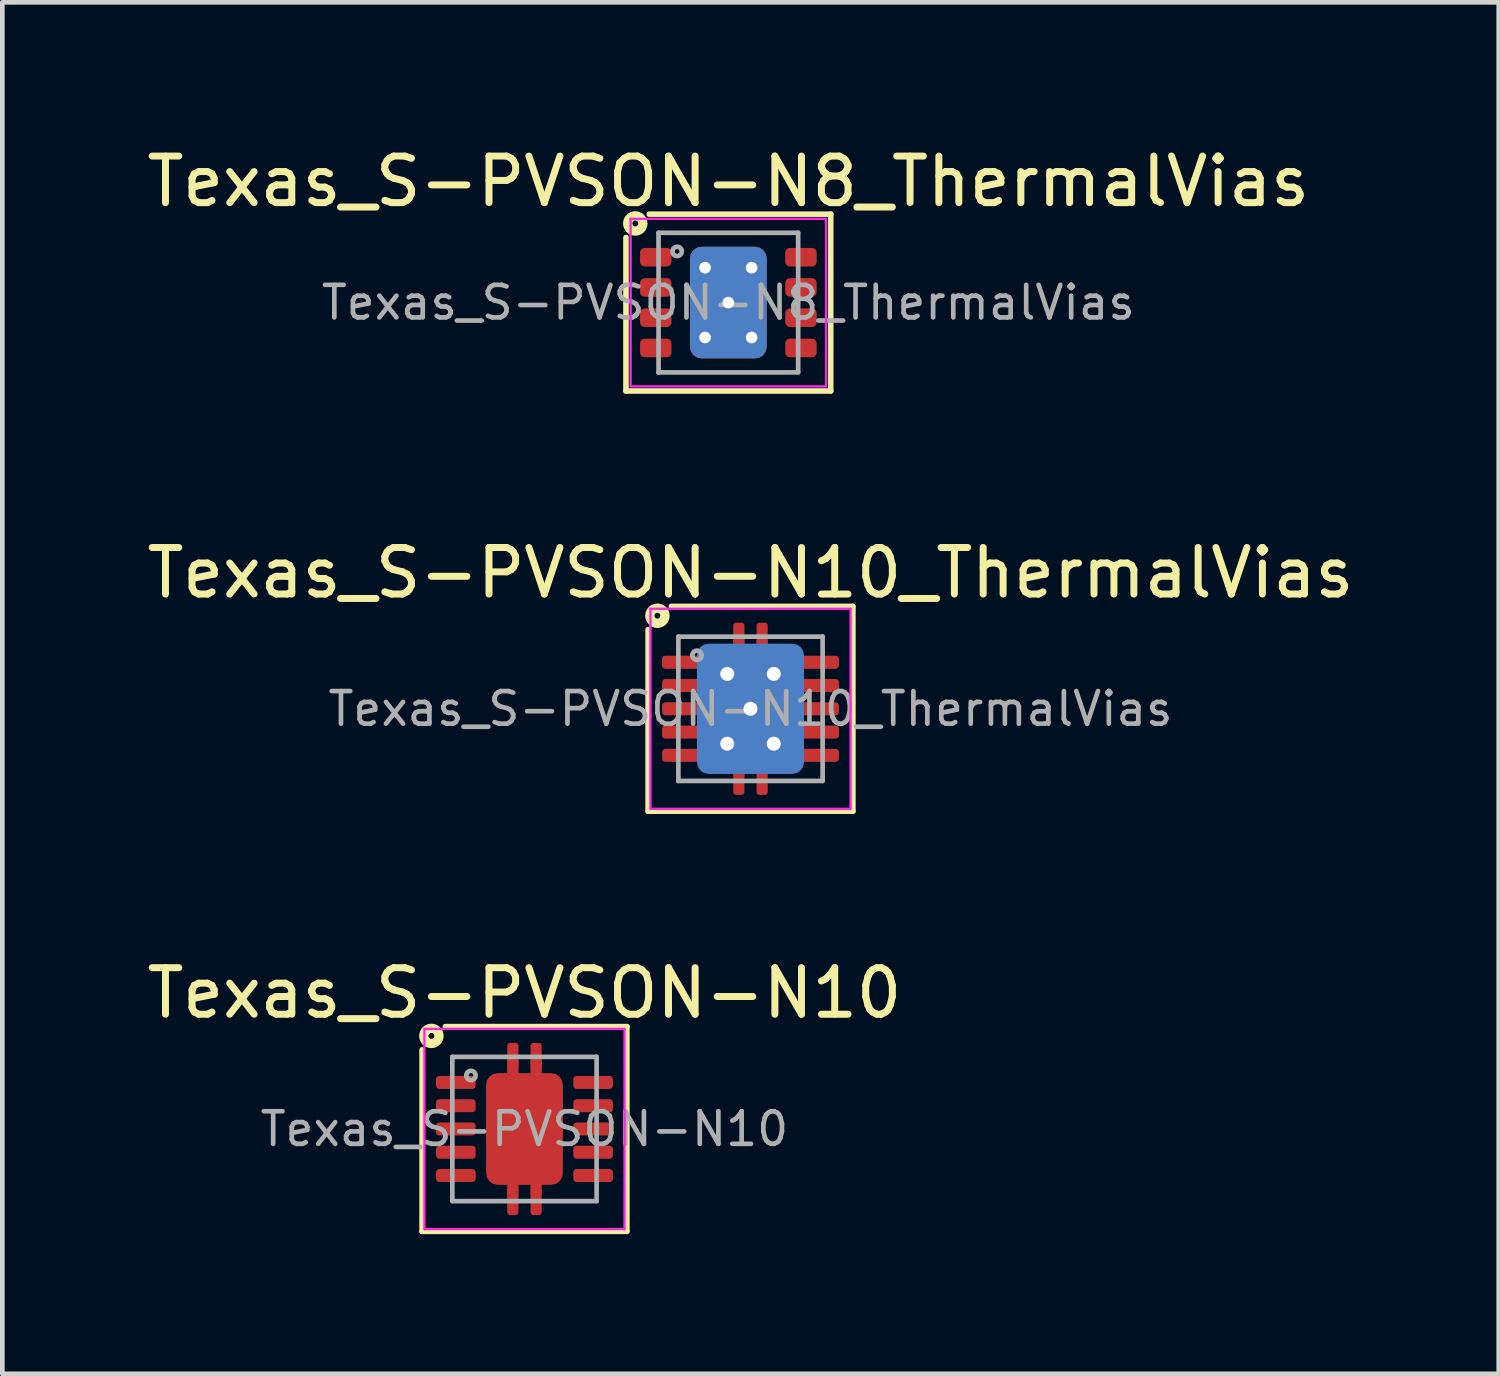
<source format=kicad_pcb>
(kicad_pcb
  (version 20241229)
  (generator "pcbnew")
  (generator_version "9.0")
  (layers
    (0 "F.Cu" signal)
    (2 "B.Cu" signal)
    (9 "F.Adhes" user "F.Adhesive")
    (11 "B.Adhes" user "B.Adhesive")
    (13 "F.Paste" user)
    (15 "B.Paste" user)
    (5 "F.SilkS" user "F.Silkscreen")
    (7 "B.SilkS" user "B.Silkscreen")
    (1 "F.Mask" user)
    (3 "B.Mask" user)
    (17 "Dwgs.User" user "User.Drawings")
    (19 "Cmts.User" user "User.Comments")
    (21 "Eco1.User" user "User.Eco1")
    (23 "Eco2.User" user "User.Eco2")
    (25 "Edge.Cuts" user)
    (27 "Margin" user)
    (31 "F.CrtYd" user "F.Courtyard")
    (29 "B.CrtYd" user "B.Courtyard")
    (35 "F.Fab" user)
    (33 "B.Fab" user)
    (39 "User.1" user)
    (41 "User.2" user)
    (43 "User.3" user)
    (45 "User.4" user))
  (footprint "Texas_S-PVSON-N8_ThermalVias"
    (layer "F.Cu")
    (at 12.601 3.452)
    (property "Reference" "Texas_S-PVSON-N8_ThermalVias" (at 0 -2.603 0) (layer "F.SilkS") (effects (font (size 1 1) (thickness 0.15))))
    (attr smd)
    (fp_line (start -2.2 1.9) (end -2.2 -1.397) (stroke (width 0.12) (type solid)) (layer "F.SilkS"))
    (fp_line (start -1.7 -1.9) (end 2.2 -1.9) (stroke (width 0.12) (type solid)) (layer "F.SilkS"))
    (fp_line (start 2.2 -1.9) (end 2.2 1.9) (stroke (width 0.12) (type solid)) (layer "F.SilkS"))
    (fp_line (start 2.2 1.9) (end -2.2 1.9) (stroke (width 0.12) (type solid)) (layer "F.SilkS"))
    (fp_circle (center -2 -1.7) (end -1.937 -1.7) (stroke (width 0.2) (type solid)) (fill no) (layer "F.SilkS"))
    (fp_line (start -2.1 -1.8) (end -2.1 1.8) (stroke (width 0.05) (type solid)) (layer "F.CrtYd"))
    (fp_line (start -2.1 -1.8) (end 2.1 -1.8) (stroke (width 0.05) (type solid)) (layer "F.CrtYd"))
    (fp_line (start -2.1 1.8) (end 2.1 1.8) (stroke (width 0.05) (type solid)) (layer "F.CrtYd"))
    (fp_line (start 2.1 -1.8) (end 2.1 1.8) (stroke (width 0.05) (type solid)) (layer "F.CrtYd"))
    (fp_line (start -1.5 -1.5) (end 1.5 -1.5) (stroke (width 0.1) (type solid)) (layer "F.Fab"))
    (fp_line (start -1.5 1.5) (end -1.5 -1.5) (stroke (width 0.1) (type solid)) (layer "F.Fab"))
    (fp_line (start 1.5 -1.5) (end 1.5 1.5) (stroke (width 0.1) (type solid)) (layer "F.Fab"))
    (fp_line (start 1.5 1.5) (end -1.5 1.5) (stroke (width 0.1) (type solid)) (layer "F.Fab"))
    (fp_circle (center -1.1 -1.1) (end -1 -1.1) (stroke (width 0.1) (type solid)) (fill no) (layer "F.Fab"))
    (fp_text user "${REFERENCE}" (at 0 0 0) (layer "F.Fab") (effects (font (size 0.7 0.7) (thickness 0.1))))
    (pad "1" smd roundrect (at -1.56 -0.975) (size 0.675 0.4) (layers "F.Cu" "F.Mask" "F.Paste") (roundrect_rratio 0.25))
    (pad "2" smd roundrect (at -1.56 -0.325) (size 0.675 0.4) (layers "F.Cu" "F.Mask" "F.Paste") (roundrect_rratio 0.25))
    (pad "3" smd roundrect (at -1.56 0.325) (size 0.675 0.4) (layers "F.Cu" "F.Mask" "F.Paste") (roundrect_rratio 0.25))
    (pad "4" smd roundrect (at -1.56 0.975) (size 0.675 0.4) (layers "F.Cu" "F.Mask" "F.Paste") (roundrect_rratio 0.25))
    (pad "5" smd roundrect (at 1.56 0.975) (size 0.675 0.4) (layers "F.Cu" "F.Mask" "F.Paste") (roundrect_rratio 0.25))
    (pad "6" smd roundrect (at 1.56 0.325) (size 0.675 0.4) (layers "F.Cu" "F.Mask" "F.Paste") (roundrect_rratio 0.25))
    (pad "7" smd roundrect (at 1.56 -0.325) (size 0.675 0.4) (layers "F.Cu" "F.Mask" "F.Paste") (roundrect_rratio 0.25))
    (pad "8" smd roundrect (at 1.56 -0.975) (size 0.675 0.4) (layers "F.Cu" "F.Mask" "F.Paste") (roundrect_rratio 0.25))
    (pad "9" thru_hole circle (at -0.5 -0.75) (size 0.6 0.6) (drill 0.25) (property pad_prop_heatsink) (layers "*.Cu"))
    (pad "9" thru_hole circle (at -0.5 0.75) (size 0.6 0.6) (drill 0.25) (property pad_prop_heatsink) (layers "*.Cu"))
    (pad "9" smd roundrect (at -0.45 -0.625) (size 0.65 1) (layers "F.Cu" "F.Mask" "F.Paste") (roundrect_rratio 0.25))
    (pad "9" smd roundrect (at -0.45 0.625) (size 0.65 1) (layers "F.Cu" "F.Mask" "F.Paste") (roundrect_rratio 0.25))
    (pad "9" thru_hole circle (at 0 0) (size 0.6 0.6) (drill 0.25) (property pad_prop_heatsink) (layers "*.Cu"))
    (pad "9" smd roundrect (at 0 0) (size 1.65 2.4) (layers "F.Cu" "F.Mask") (roundrect_rratio 0.152))
    (pad "9" smd roundrect (at 0 0) (size 1.65 2.4) (layers "B.Cu" "B.Mask") (roundrect_rratio 0.152))
    (pad "9" smd roundrect (at 0.45 -0.625) (size 0.65 1) (layers "F.Cu" "F.Mask" "F.Paste") (roundrect_rratio 0.25))
    (pad "9" smd roundrect (at 0.45 0.625) (size 0.65 1) (layers "F.Cu" "F.Mask" "F.Paste") (roundrect_rratio 0.25))
    (pad "9" thru_hole circle (at 0.5 -0.75) (size 0.6 0.6) (drill 0.25) (property pad_prop_heatsink) (layers "*.Cu"))
    (pad "9" thru_hole circle (at 0.5 0.75) (size 0.6 0.6) (drill 0.25) (property pad_prop_heatsink) (layers "*.Cu")))
  (footprint "Texas_S-PVSON-N10"
    (layer "F.Cu")
    (at 8.22 21.21)
    (property "Reference" "Texas_S-PVSON-N10" (at 0 -2.921 0) (layer "F.SilkS") (effects (font (size 1 1) (thickness 0.15))))
    (attr smd)
    (fp_line (start -2.2 2.2) (end -2.2 -1.7) (stroke (width 0.12) (type solid)) (layer "F.SilkS"))
    (fp_line (start -1.7 -2.2) (end 2.2 -2.2) (stroke (width 0.12) (type solid)) (layer "F.SilkS"))
    (fp_line (start 2.2 -2.2) (end 2.2 2.2) (stroke (width 0.12) (type solid)) (layer "F.SilkS"))
    (fp_line (start 2.2 2.2) (end -2.2 2.2) (stroke (width 0.12) (type solid)) (layer "F.SilkS"))
    (fp_circle (center -2 -2) (end -1.937 -2) (stroke (width 0.2) (type solid)) (fill no) (layer "F.SilkS"))
    (fp_line (start -2.15 -2.15) (end -2.15 2.15) (stroke (width 0.05) (type solid)) (layer "F.CrtYd"))
    (fp_line (start -2.15 -2.15) (end 2.15 -2.15) (stroke (width 0.05) (type solid)) (layer "F.CrtYd"))
    (fp_line (start -2.15 2.15) (end 2.15 2.15) (stroke (width 0.05) (type solid)) (layer "F.CrtYd"))
    (fp_line (start 2.15 -2.15) (end 2.15 2.15) (stroke (width 0.05) (type solid)) (layer "F.CrtYd"))
    (fp_line (start -1.55 -1.55) (end 1.55 -1.55) (stroke (width 0.1) (type solid)) (layer "F.Fab"))
    (fp_line (start -1.55 1.55) (end -1.55 -1.55) (stroke (width 0.1) (type solid)) (layer "F.Fab"))
    (fp_line (start 1.55 -1.55) (end 1.55 1.55) (stroke (width 0.1) (type solid)) (layer "F.Fab"))
    (fp_line (start 1.55 1.55) (end -1.55 1.55) (stroke (width 0.1) (type solid)) (layer "F.Fab"))
    (fp_circle (center -1.15 -1.15) (end -1.05 -1.15) (stroke (width 0.1) (type solid)) (fill no) (layer "F.Fab"))
    (fp_text user "${REFERENCE}" (at 0 0 0) (layer "F.Fab") (effects (font (size 0.7 0.7) (thickness 0.1))))
    (pad "" smd roundrect (at 0 -0.6) (size 1.5 1) (layers "F.Paste") (roundrect_rratio 0.1))
    (pad "" smd roundrect (at 0 0.6) (size 1.5 1) (layers "F.Paste") (roundrect_rratio 0.1))
    (pad "1" smd roundrect (at -1.475 -1) (size 0.85 0.28) (layers "F.Cu" "F.Mask" "F.Paste") (roundrect_rratio 0.25))
    (pad "2" smd roundrect (at -1.475 -0.5) (size 0.85 0.28) (layers "F.Cu" "F.Mask" "F.Paste") (roundrect_rratio 0.25))
    (pad "3" smd roundrect (at -1.475 0) (size 0.85 0.28) (layers "F.Cu" "F.Mask" "F.Paste") (roundrect_rratio 0.25))
    (pad "4" smd roundrect (at -1.475 0.5) (size 0.85 0.28) (layers "F.Cu" "F.Mask" "F.Paste") (roundrect_rratio 0.25))
    (pad "5" smd roundrect (at -1.475 1) (size 0.85 0.28) (layers "F.Cu" "F.Mask" "F.Paste") (roundrect_rratio 0.25))
    (pad "6" smd roundrect (at 1.475 1) (size 0.85 0.28) (layers "F.Cu" "F.Mask" "F.Paste") (roundrect_rratio 0.25))
    (pad "7" smd roundrect (at 1.475 0.5) (size 0.85 0.28) (layers "F.Cu" "F.Mask" "F.Paste") (roundrect_rratio 0.25))
    (pad "8" smd roundrect (at 1.475 0) (size 0.85 0.28) (layers "F.Cu" "F.Mask" "F.Paste") (roundrect_rratio 0.25))
    (pad "9" smd roundrect (at 1.475 -0.5) (size 0.85 0.28) (layers "F.Cu" "F.Mask" "F.Paste") (roundrect_rratio 0.25))
    (pad "10" smd roundrect (at 1.475 -1) (size 0.85 0.28) (layers "F.Cu" "F.Mask" "F.Paste") (roundrect_rratio 0.25))
    (pad "11" smd roundrect (at -0.25 -1.55 90) (size 0.6 0.24) (layers "F.Cu" "F.Mask" "F.Paste") (roundrect_rratio 0.25))
    (pad "11" smd rect (at -0.25 -1.24 90) (size 0.5 0.24) (layers "F.Cu" "F.Mask"))
    (pad "11" smd rect (at -0.25 1.18 90) (size 0.5 0.24) (layers "F.Cu" "F.Mask"))
    (pad "11" smd roundrect (at -0.25 1.55 90) (size 0.6 0.24) (layers "F.Cu" "F.Mask" "F.Paste") (roundrect_rratio 0.25))
    (pad "11" smd roundrect (at 0 0) (size 1.65 2.4) (layers "F.Cu" "F.Mask") (roundrect_rratio 0.152))
    (pad "11" smd roundrect (at 0.25 -1.55 90) (size 0.6 0.24) (layers "F.Cu" "F.Mask" "F.Paste") (roundrect_rratio 0.25))
    (pad "11" smd rect (at 0.25 -1.22 90) (size 0.5 0.24) (layers "F.Cu" "F.Mask"))
    (pad "11" smd rect (at 0.25 1.16 90) (size 0.5 0.24) (layers "F.Cu" "F.Mask"))
    (pad "11" smd roundrect (at 0.25 1.55 90) (size 0.6 0.24) (layers "F.Cu" "F.Mask" "F.Paste") (roundrect_rratio 0.25)))
  (footprint "Texas_S-PVSON-N10_ThermalVias"
    (layer "F.Cu")
    (at 13.077 12.181)
    (property "Reference" "Texas_S-PVSON-N10_ThermalVias" (at 0 -2.921 0) (layer "F.SilkS") (effects (font (size 1 1) (thickness 0.15))))
    (attr smd)
    (fp_line (start -2.2 2.2) (end -2.2 -1.7) (stroke (width 0.12) (type solid)) (layer "F.SilkS"))
    (fp_line (start -1.7 -2.2) (end 2.2 -2.2) (stroke (width 0.12) (type solid)) (layer "F.SilkS"))
    (fp_line (start 2.2 -2.2) (end 2.2 2.2) (stroke (width 0.12) (type solid)) (layer "F.SilkS"))
    (fp_line (start 2.2 2.2) (end -2.2 2.2) (stroke (width 0.12) (type solid)) (layer "F.SilkS"))
    (fp_circle (center -2 -2) (end -1.937 -2) (stroke (width 0.2) (type solid)) (fill no) (layer "F.SilkS"))
    (fp_line (start -2.15 -2.15) (end -2.15 2.15) (stroke (width 0.05) (type solid)) (layer "F.CrtYd"))
    (fp_line (start -2.15 -2.15) (end 2.15 -2.15) (stroke (width 0.05) (type solid)) (layer "F.CrtYd"))
    (fp_line (start -2.15 2.15) (end 2.15 2.15) (stroke (width 0.05) (type solid)) (layer "F.CrtYd"))
    (fp_line (start 2.15 -2.15) (end 2.15 2.15) (stroke (width 0.05) (type solid)) (layer "F.CrtYd"))
    (fp_line (start -1.55 -1.55) (end 1.55 -1.55) (stroke (width 0.1) (type solid)) (layer "F.Fab"))
    (fp_line (start -1.55 1.55) (end -1.55 -1.55) (stroke (width 0.1) (type solid)) (layer "F.Fab"))
    (fp_line (start 1.55 -1.55) (end 1.55 1.55) (stroke (width 0.1) (type solid)) (layer "F.Fab"))
    (fp_line (start 1.55 1.55) (end -1.55 1.55) (stroke (width 0.1) (type solid)) (layer "F.Fab"))
    (fp_circle (center -1.15 -1.15) (end -1.05 -1.15) (stroke (width 0.1) (type solid)) (fill no) (layer "F.Fab"))
    (fp_text user "${REFERENCE}" (at 0 0 0) (layer "F.Fab") (effects (font (size 0.7 0.7) (thickness 0.1))))
    (pad "" smd roundrect (at 0 -0.6) (size 1.5 1) (layers "F.Paste") (roundrect_rratio 0.1))
    (pad "" smd roundrect (at 0 0.6) (size 1.5 1) (layers "F.Paste") (roundrect_rratio 0.1))
    (pad "1" smd roundrect (at -1.475 -1) (size 0.85 0.28) (layers "F.Cu" "F.Mask" "F.Paste") (roundrect_rratio 0.25))
    (pad "2" smd roundrect (at -1.475 -0.5) (size 0.85 0.28) (layers "F.Cu" "F.Mask" "F.Paste") (roundrect_rratio 0.25))
    (pad "3" smd roundrect (at -1.475 0) (size 0.85 0.28) (layers "F.Cu" "F.Mask" "F.Paste") (roundrect_rratio 0.25))
    (pad "4" smd roundrect (at -1.475 0.5) (size 0.85 0.28) (layers "F.Cu" "F.Mask" "F.Paste") (roundrect_rratio 0.25))
    (pad "5" smd roundrect (at -1.475 1) (size 0.85 0.28) (layers "F.Cu" "F.Mask" "F.Paste") (roundrect_rratio 0.25))
    (pad "6" smd roundrect (at 1.475 1) (size 0.85 0.28) (layers "F.Cu" "F.Mask" "F.Paste") (roundrect_rratio 0.25))
    (pad "7" smd roundrect (at 1.475 0.5) (size 0.85 0.28) (layers "F.Cu" "F.Mask" "F.Paste") (roundrect_rratio 0.25))
    (pad "8" smd roundrect (at 1.475 0) (size 0.85 0.28) (layers "F.Cu" "F.Mask" "F.Paste") (roundrect_rratio 0.25))
    (pad "9" smd roundrect (at 1.475 -0.5) (size 0.85 0.28) (layers "F.Cu" "F.Mask" "F.Paste") (roundrect_rratio 0.25))
    (pad "10" smd roundrect (at 1.475 -1) (size 0.85 0.28) (layers "F.Cu" "F.Mask" "F.Paste") (roundrect_rratio 0.25))
    (pad "11" thru_hole circle (at -0.5 -0.75) (size 0.6 0.6) (drill 0.3) (property pad_prop_heatsink) (layers "*.Cu" "*.Mask"))
    (pad "11" thru_hole circle (at -0.5 0.75) (size 0.6 0.6) (drill 0.3) (property pad_prop_heatsink) (layers "*.Cu" "*.Mask"))
    (pad "11" smd roundrect (at -0.25 -1.55 90) (size 0.6 0.24) (layers "F.Cu" "F.Mask" "F.Paste") (roundrect_rratio 0.25))
    (pad "11" smd rect (at -0.25 -1.24 90) (size 0.5 0.24) (layers "F.Cu" "F.Mask"))
    (pad "11" smd rect (at -0.25 1.18 90) (size 0.5 0.24) (layers "F.Cu" "F.Mask"))
    (pad "11" smd roundrect (at -0.25 1.55 90) (size 0.6 0.24) (layers "F.Cu" "F.Mask" "F.Paste") (roundrect_rratio 0.25))
    (pad "11" thru_hole circle (at 0 0) (size 0.6 0.6) (drill 0.3) (property pad_prop_heatsink) (layers "*.Cu" "*.Mask"))
    (pad "11" smd roundrect (at 0 0) (size 1.65 2.4) (layers "F.Cu" "F.Mask") (roundrect_rratio 0.152))
    (pad "11" smd roundrect (at 0 0) (size 2.3 2.8) (layers "B.Cu" "B.Mask") (roundrect_rratio 0.109))
    (pad "11" smd roundrect (at 0.25 -1.55 90) (size 0.6 0.24) (layers "F.Cu" "F.Mask" "F.Paste") (roundrect_rratio 0.25))
    (pad "11" smd rect (at 0.25 -1.22 90) (size 0.5 0.24) (layers "F.Cu" "F.Mask"))
    (pad "11" smd rect (at 0.25 1.16 90) (size 0.5 0.24) (layers "F.Cu" "F.Mask"))
    (pad "11" smd roundrect (at 0.25 1.55 90) (size 0.6 0.24) (layers "F.Cu" "F.Mask" "F.Paste") (roundrect_rratio 0.25))
    (pad "11" thru_hole circle (at 0.5 -0.75) (size 0.6 0.6) (drill 0.3) (property pad_prop_heatsink) (layers "*.Cu" "*.Mask"))
    (pad "11" thru_hole circle (at 0.5 0.75) (size 0.6 0.6) (drill 0.3) (property pad_prop_heatsink) (layers "*.Cu" "*.Mask")))
  (gr_rect
    (start -3 -3)
    (end 29.155 26.47)
    (stroke (width 0.1) (type default))
    (fill no)
    (layer "Edge.Cuts")))
</source>
